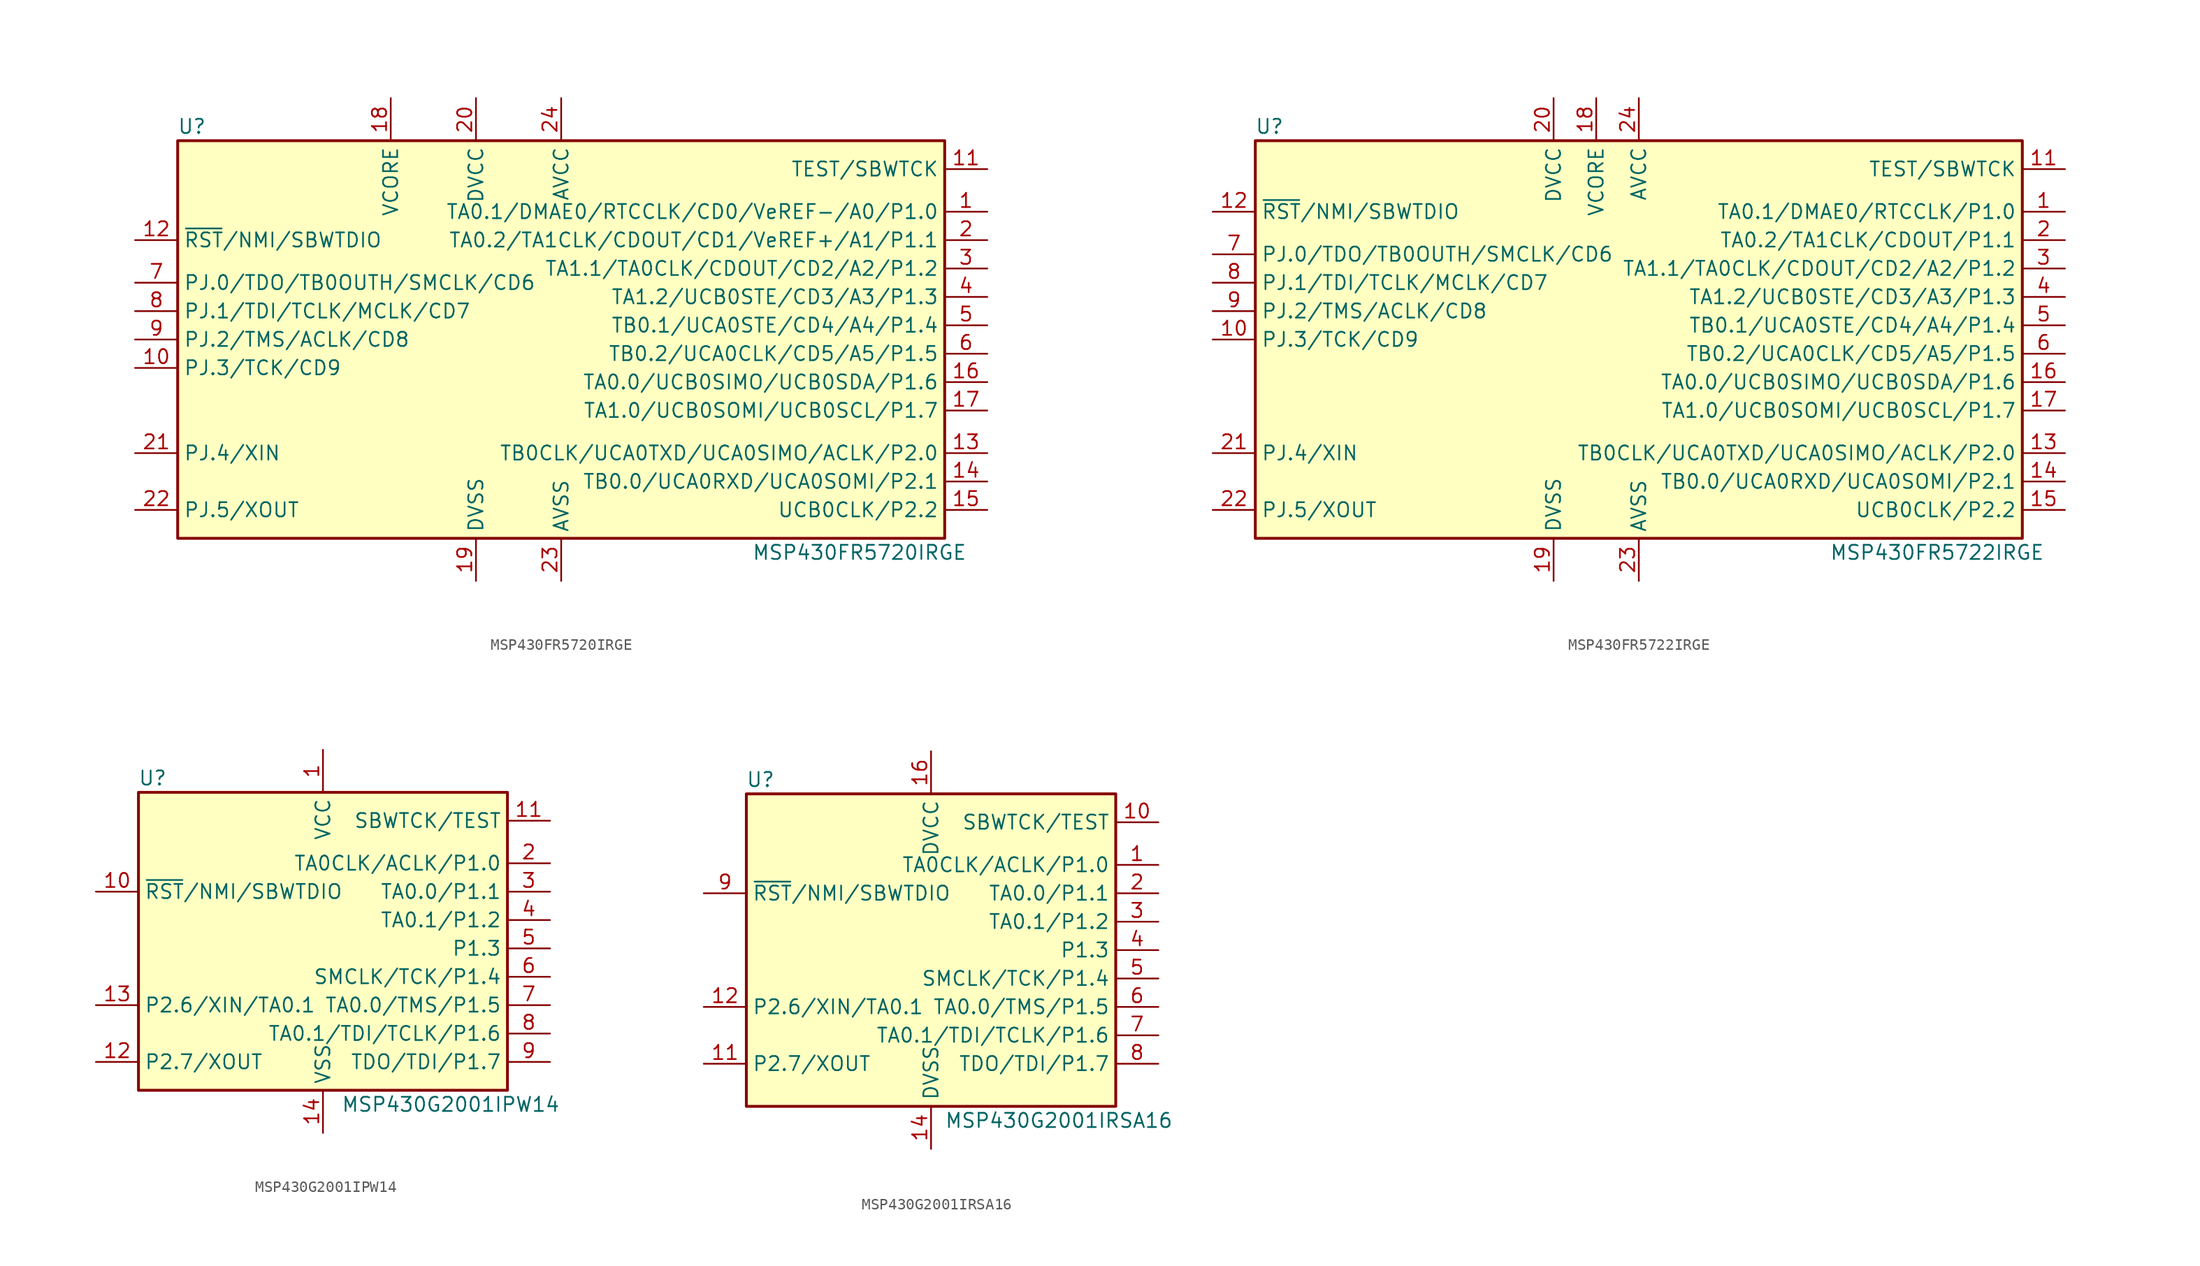
<source format=kicad_sym>
(kicad_symbol_lib
  (version 20241209)
  (generator "kicad_symbol_editor")
  (generator_version "9.0")
  (symbol "MSP430FR5720IRGE"
    (property "Reference" "U"
      (at -33.02 19.05 0)
      (effects (font (size 1.27 1.27))))
    (property "Value" "MSP430FR5720IRGE"
      (at 26.67 -19.05 0)
      (effects (font (size 1.27 1.27))))
    (symbol "MSP430FR5720IRGE_0_1"
      (rectangle (start -34.29 17.78) (end 34.29 -17.78) (stroke (width 0.254) (type default)) (fill (type background))))
    (symbol "MSP430FR5720IRGE_1_1"
      (pin input line (at -38.1 8.89 0) (length 3.81) (name "~{RST}/NMI/SBWTDIO" (effects (font (size 1.27 1.27)))) (number "12" (effects (font (size 1.27 1.27)))))
      (pin bidirectional line (at -38.1 5.08 0) (length 3.81) (name "PJ.0/TDO/TB0OUTH/SMCLK/CD6" (effects (font (size 1.27 1.27)))) (number "7" (effects (font (size 1.27 1.27)))))
      (pin bidirectional line (at -38.1 2.54 0) (length 3.81) (name "PJ.1/TDI/TCLK/MCLK/CD7" (effects (font (size 1.27 1.27)))) (number "8" (effects (font (size 1.27 1.27)))))
      (pin bidirectional line (at -38.1 0 0) (length 3.81) (name "PJ.2/TMS/ACLK/CD8" (effects (font (size 1.27 1.27)))) (number "9" (effects (font (size 1.27 1.27)))))
      (pin bidirectional line (at -38.1 -2.54 0) (length 3.81) (name "PJ.3/TCK/CD9" (effects (font (size 1.27 1.27)))) (number "10" (effects (font (size 1.27 1.27)))))
      (pin input line (at -38.1 -10.16 0) (length 3.81) (name "PJ.4/XIN" (effects (font (size 1.27 1.27)))) (number "21" (effects (font (size 1.27 1.27)))))
      (pin input line (at -38.1 -15.24 0) (length 3.81) (name "PJ.5/XOUT" (effects (font (size 1.27 1.27)))) (number "22" (effects (font (size 1.27 1.27)))))
      (pin input line (at -15.24 21.59 270) (length 3.81) (name "VCORE" (effects (font (size 1.27 1.27)))) (number "18" (effects (font (size 1.27 1.27)))))
      (pin power_in line (at -7.62 21.59 270) (length 3.81) (name "DVCC" (effects (font (size 1.27 1.27)))) (number "20" (effects (font (size 1.27 1.27)))))
      (pin power_in line (at -7.62 -21.59 90) (length 3.81) (name "DVSS" (effects (font (size 1.27 1.27)))) (number "19" (effects (font (size 1.27 1.27)))))
      (pin power_in line (at 0 21.59 270) (length 3.81) (name "AVCC" (effects (font (size 1.27 1.27)))) (number "24" (effects (font (size 1.27 1.27)))))
      (pin power_in line (at 0 -21.59 90) (length 3.81) (name "AVSS" (effects (font (size 1.27 1.27)))) (number "23" (effects (font (size 1.27 1.27)))))
      (pin input line (at 38.1 15.24 180) (length 3.81) (name "TEST/SBWTCK" (effects (font (size 1.27 1.27)))) (number "11" (effects (font (size 1.27 1.27)))))
      (pin bidirectional line (at 38.1 11.43 180) (length 3.81) (name "TA0.1/DMAE0/RTCCLK/CD0/VeREF-/A0/P1.0" (effects (font (size 1.27 1.27)))) (number "1" (effects (font (size 1.27 1.27)))))
      (pin bidirectional line (at 38.1 8.89 180) (length 3.81) (name "TA0.2/TA1CLK/CDOUT/CD1/VeREF+/A1/P1.1" (effects (font (size 1.27 1.27)))) (number "2" (effects (font (size 1.27 1.27)))))
      (pin bidirectional line (at 38.1 6.35 180) (length 3.81) (name "TA1.1/TA0CLK/CDOUT/CD2/A2/P1.2" (effects (font (size 1.27 1.27)))) (number "3" (effects (font (size 1.27 1.27)))))
      (pin bidirectional line (at 38.1 3.81 180) (length 3.81) (name "TA1.2/UCB0STE/CD3/A3/P1.3" (effects (font (size 1.27 1.27)))) (number "4" (effects (font (size 1.27 1.27)))))
      (pin bidirectional line (at 38.1 1.27 180) (length 3.81) (name "TB0.1/UCA0STE/CD4/A4/P1.4" (effects (font (size 1.27 1.27)))) (number "5" (effects (font (size 1.27 1.27)))))
      (pin bidirectional line (at 38.1 -1.27 180) (length 3.81) (name "TB0.2/UCA0CLK/CD5/A5/P1.5" (effects (font (size 1.27 1.27)))) (number "6" (effects (font (size 1.27 1.27)))))
      (pin input line (at 38.1 -3.81 180) (length 3.81) (name "TA0.0/UCB0SIMO/UCB0SDA/P1.6" (effects (font (size 1.27 1.27)))) (number "16" (effects (font (size 1.27 1.27)))))
      (pin input line (at 38.1 -6.35 180) (length 3.81) (name "TA1.0/UCB0SOMI/UCB0SCL/P1.7" (effects (font (size 1.27 1.27)))) (number "17" (effects (font (size 1.27 1.27)))))
      (pin input line (at 38.1 -10.16 180) (length 3.81) (name "TB0CLK/UCA0TXD/UCA0SIMO/ACLK/P2.0" (effects (font (size 1.27 1.27)))) (number "13" (effects (font (size 1.27 1.27)))))
      (pin input line (at 38.1 -12.7 180) (length 3.81) (name "TB0.0/UCA0RXD/UCA0SOMI/P2.1" (effects (font (size 1.27 1.27)))) (number "14" (effects (font (size 1.27 1.27)))))
      (pin input line (at 38.1 -15.24 180) (length 3.81) (name "UCB0CLK/P2.2" (effects (font (size 1.27 1.27)))) (number "15" (effects (font (size 1.27 1.27)))))))
  (symbol "MSP430FR5722IRGE"
    (property "Reference" "U"
      (at -33.02 19.05 0)
      (effects (font (size 1.27 1.27))))
    (property "Value" "MSP430FR5722IRGE"
      (at 26.67 -19.05 0)
      (effects (font (size 1.27 1.27))))
    (symbol "MSP430FR5722IRGE_0_1"
      (rectangle (start -34.29 17.78) (end 34.29 -17.78) (stroke (width 0.254) (type default)) (fill (type background))))
    (symbol "MSP430FR5722IRGE_1_1"
      (pin input line (at -38.1 11.43 0) (length 3.81) (name "~{RST}/NMI/SBWTDIO" (effects (font (size 1.27 1.27)))) (number "12" (effects (font (size 1.27 1.27)))))
      (pin bidirectional line (at -38.1 7.62 0) (length 3.81) (name "PJ.0/TDO/TB0OUTH/SMCLK/CD6" (effects (font (size 1.27 1.27)))) (number "7" (effects (font (size 1.27 1.27)))))
      (pin bidirectional line (at -38.1 5.08 0) (length 3.81) (name "PJ.1/TDI/TCLK/MCLK/CD7" (effects (font (size 1.27 1.27)))) (number "8" (effects (font (size 1.27 1.27)))))
      (pin bidirectional line (at -38.1 2.54 0) (length 3.81) (name "PJ.2/TMS/ACLK/CD8" (effects (font (size 1.27 1.27)))) (number "9" (effects (font (size 1.27 1.27)))))
      (pin bidirectional line (at -38.1 0 0) (length 3.81) (name "PJ.3/TCK/CD9" (effects (font (size 1.27 1.27)))) (number "10" (effects (font (size 1.27 1.27)))))
      (pin input line (at -38.1 -10.16 0) (length 3.81) (name "PJ.4/XIN" (effects (font (size 1.27 1.27)))) (number "21" (effects (font (size 1.27 1.27)))))
      (pin input line (at -38.1 -15.24 0) (length 3.81) (name "PJ.5/XOUT" (effects (font (size 1.27 1.27)))) (number "22" (effects (font (size 1.27 1.27)))))
      (pin power_in line (at -7.62 21.59 270) (length 3.81) (name "DVCC" (effects (font (size 1.27 1.27)))) (number "20" (effects (font (size 1.27 1.27)))))
      (pin power_in line (at -7.62 -21.59 90) (length 3.81) (name "DVSS" (effects (font (size 1.27 1.27)))) (number "19" (effects (font (size 1.27 1.27)))))
      (pin input line (at -3.81 21.59 270) (length 3.81) (name "VCORE" (effects (font (size 1.27 1.27)))) (number "18" (effects (font (size 1.27 1.27)))))
      (pin power_in line (at 0 21.59 270) (length 3.81) (name "AVCC" (effects (font (size 1.27 1.27)))) (number "24" (effects (font (size 1.27 1.27)))))
      (pin power_in line (at 0 -21.59 90) (length 3.81) (name "AVSS" (effects (font (size 1.27 1.27)))) (number "23" (effects (font (size 1.27 1.27)))))
      (pin input line (at 38.1 15.24 180) (length 3.81) (name "TEST/SBWTCK" (effects (font (size 1.27 1.27)))) (number "11" (effects (font (size 1.27 1.27)))))
      (pin bidirectional line (at 38.1 11.43 180) (length 3.81) (name "TA0.1/DMAE0/RTCCLK/P1.0" (effects (font (size 1.27 1.27)))) (number "1" (effects (font (size 1.27 1.27)))))
      (pin bidirectional line (at 38.1 8.89 180) (length 3.81) (name "TA0.2/TA1CLK/CDOUT/P1.1" (effects (font (size 1.27 1.27)))) (number "2" (effects (font (size 1.27 1.27)))))
      (pin bidirectional line (at 38.1 6.35 180) (length 3.81) (name "TA1.1/TA0CLK/CDOUT/CD2/A2/P1.2" (effects (font (size 1.27 1.27)))) (number "3" (effects (font (size 1.27 1.27)))))
      (pin bidirectional line (at 38.1 3.81 180) (length 3.81) (name "TA1.2/UCB0STE/CD3/A3/P1.3" (effects (font (size 1.27 1.27)))) (number "4" (effects (font (size 1.27 1.27)))))
      (pin bidirectional line (at 38.1 1.27 180) (length 3.81) (name "TB0.1/UCA0STE/CD4/A4/P1.4" (effects (font (size 1.27 1.27)))) (number "5" (effects (font (size 1.27 1.27)))))
      (pin bidirectional line (at 38.1 -1.27 180) (length 3.81) (name "TB0.2/UCA0CLK/CD5/A5/P1.5" (effects (font (size 1.27 1.27)))) (number "6" (effects (font (size 1.27 1.27)))))
      (pin input line (at 38.1 -3.81 180) (length 3.81) (name "TA0.0/UCB0SIMO/UCB0SDA/P1.6" (effects (font (size 1.27 1.27)))) (number "16" (effects (font (size 1.27 1.27)))))
      (pin input line (at 38.1 -6.35 180) (length 3.81) (name "TA1.0/UCB0SOMI/UCB0SCL/P1.7" (effects (font (size 1.27 1.27)))) (number "17" (effects (font (size 1.27 1.27)))))
      (pin input line (at 38.1 -10.16 180) (length 3.81) (name "TB0CLK/UCA0TXD/UCA0SIMO/ACLK/P2.0" (effects (font (size 1.27 1.27)))) (number "13" (effects (font (size 1.27 1.27)))))
      (pin input line (at 38.1 -12.7 180) (length 3.81) (name "TB0.0/UCA0RXD/UCA0SOMI/P2.1" (effects (font (size 1.27 1.27)))) (number "14" (effects (font (size 1.27 1.27)))))
      (pin input line (at 38.1 -15.24 180) (length 3.81) (name "UCB0CLK/P2.2" (effects (font (size 1.27 1.27)))) (number "15" (effects (font (size 1.27 1.27)))))))
  (symbol "MSP430G2001IPW14"
    (property "Reference" "U"
      (at -15.24 15.24 0)
      (effects (font (size 1.27 1.27))))
    (property "Value" "MSP430G2001IPW14"
      (at 11.43 -13.97 0)
      (effects (font (size 1.27 1.27))))
    (symbol "MSP430G2001IPW14_0_1"
      (rectangle (start -16.51 13.97) (end 16.51 -12.7) (stroke (width 0.254) (type default)) (fill (type background))))
    (symbol "MSP430G2001IPW14_1_1"
      (pin input line (at -20.32 5.08 0) (length 3.81) (name "~{RST}/NMI/SBWTDIO" (effects (font (size 1.27 1.27)))) (number "10" (effects (font (size 1.27 1.27)))))
      (pin bidirectional line (at -20.32 -5.08 0) (length 3.81) (name "P2.6/XIN/TA0.1" (effects (font (size 1.27 1.27)))) (number "13" (effects (font (size 1.27 1.27)))))
      (pin bidirectional line (at -20.32 -10.16 0) (length 3.81) (name "P2.7/XOUT" (effects (font (size 1.27 1.27)))) (number "12" (effects (font (size 1.27 1.27)))))
      (pin power_in line (at 0 17.78 270) (length 3.81) (name "VCC" (effects (font (size 1.27 1.27)))) (number "1" (effects (font (size 1.27 1.27)))))
      (pin power_in line (at 0 -16.51 90) (length 3.81) (name "VSS" (effects (font (size 1.27 1.27)))) (number "14" (effects (font (size 1.27 1.27)))))
      (pin input line (at 20.32 11.43 180) (length 3.81) (name "SBWTCK/TEST" (effects (font (size 1.27 1.27)))) (number "11" (effects (font (size 1.27 1.27)))))
      (pin bidirectional line (at 20.32 7.62 180) (length 3.81) (name "TA0CLK/ACLK/P1.0" (effects (font (size 1.27 1.27)))) (number "2" (effects (font (size 1.27 1.27)))))
      (pin bidirectional line (at 20.32 5.08 180) (length 3.81) (name "TA0.0/P1.1" (effects (font (size 1.27 1.27)))) (number "3" (effects (font (size 1.27 1.27)))))
      (pin bidirectional line (at 20.32 2.54 180) (length 3.81) (name "TA0.1/P1.2" (effects (font (size 1.27 1.27)))) (number "4" (effects (font (size 1.27 1.27)))))
      (pin bidirectional line (at 20.32 0 180) (length 3.81) (name "P1.3" (effects (font (size 1.27 1.27)))) (number "5" (effects (font (size 1.27 1.27)))))
      (pin bidirectional line (at 20.32 -2.54 180) (length 3.81) (name "SMCLK/TCK/P1.4" (effects (font (size 1.27 1.27)))) (number "6" (effects (font (size 1.27 1.27)))))
      (pin bidirectional line (at 20.32 -5.08 180) (length 3.81) (name "TA0.0/TMS/P1.5" (effects (font (size 1.27 1.27)))) (number "7" (effects (font (size 1.27 1.27)))))
      (pin bidirectional line (at 20.32 -7.62 180) (length 3.81) (name "TA0.1/TDI/TCLK/P1.6" (effects (font (size 1.27 1.27)))) (number "8" (effects (font (size 1.27 1.27)))))
      (pin bidirectional line (at 20.32 -10.16 180) (length 3.81) (name "TDO/TDI/P1.7" (effects (font (size 1.27 1.27)))) (number "9" (effects (font (size 1.27 1.27)))))))
  (symbol "MSP430G2001IRSA16"
    (property "Reference" "U"
      (at -15.24 15.24 0)
      (effects (font (size 1.27 1.27))))
    (property "Value" "MSP430G2001IRSA16"
      (at 11.43 -15.24 0)
      (effects (font (size 1.27 1.27))))
    (symbol "MSP430G2001IRSA16_0_1"
      (rectangle (start -16.51 13.97) (end 16.51 -13.97) (stroke (width 0.254) (type default)) (fill (type background))))
    (symbol "MSP430G2001IRSA16_1_1"
      (pin input line (at -20.32 5.08 0) (length 3.81) (name "~{RST}/NMI/SBWTDIO" (effects (font (size 1.27 1.27)))) (number "9" (effects (font (size 1.27 1.27)))))
      (pin bidirectional line (at -20.32 -5.08 0) (length 3.81) (name "P2.6/XIN/TA0.1" (effects (font (size 1.27 1.27)))) (number "12" (effects (font (size 1.27 1.27)))))
      (pin bidirectional line (at -20.32 -10.16 0) (length 3.81) (name "P2.7/XOUT" (effects (font (size 1.27 1.27)))) (number "11" (effects (font (size 1.27 1.27)))))
      (pin power_in line (at 0 17.78 270) (length 3.81) (name "DVCC" (effects (font (size 1.27 1.27)))) (number "16" (effects (font (size 1.27 1.27)))))
      (pin power_in line (at 0 -17.78 90) (length 3.81) (name "DVSS" (effects (font (size 1.27 1.27)))) (number "14" (effects (font (size 1.27 1.27)))))
      (pin input line (at 20.32 11.43 180) (length 3.81) (name "SBWTCK/TEST" (effects (font (size 1.27 1.27)))) (number "10" (effects (font (size 1.27 1.27)))))
      (pin bidirectional line (at 20.32 7.62 180) (length 3.81) (name "TA0CLK/ACLK/P1.0" (effects (font (size 1.27 1.27)))) (number "1" (effects (font (size 1.27 1.27)))))
      (pin bidirectional line (at 20.32 5.08 180) (length 3.81) (name "TA0.0/P1.1" (effects (font (size 1.27 1.27)))) (number "2" (effects (font (size 1.27 1.27)))))
      (pin bidirectional line (at 20.32 2.54 180) (length 3.81) (name "TA0.1/P1.2" (effects (font (size 1.27 1.27)))) (number "3" (effects (font (size 1.27 1.27)))))
      (pin bidirectional line (at 20.32 0 180) (length 3.81) (name "P1.3" (effects (font (size 1.27 1.27)))) (number "4" (effects (font (size 1.27 1.27)))))
      (pin bidirectional line (at 20.32 -2.54 180) (length 3.81) (name "SMCLK/TCK/P1.4" (effects (font (size 1.27 1.27)))) (number "5" (effects (font (size 1.27 1.27)))))
      (pin bidirectional line (at 20.32 -5.08 180) (length 3.81) (name "TA0.0/TMS/P1.5" (effects (font (size 1.27 1.27)))) (number "6" (effects (font (size 1.27 1.27)))))
      (pin bidirectional line (at 20.32 -7.62 180) (length 3.81) (name "TA0.1/TDI/TCLK/P1.6" (effects (font (size 1.27 1.27)))) (number "7" (effects (font (size 1.27 1.27)))))
      (pin bidirectional line (at 20.32 -10.16 180) (length 3.81) (name "TDO/TDI/P1.7" (effects (font (size 1.27 1.27)))) (number "8" (effects (font (size 1.27 1.27))))))))
</source>
